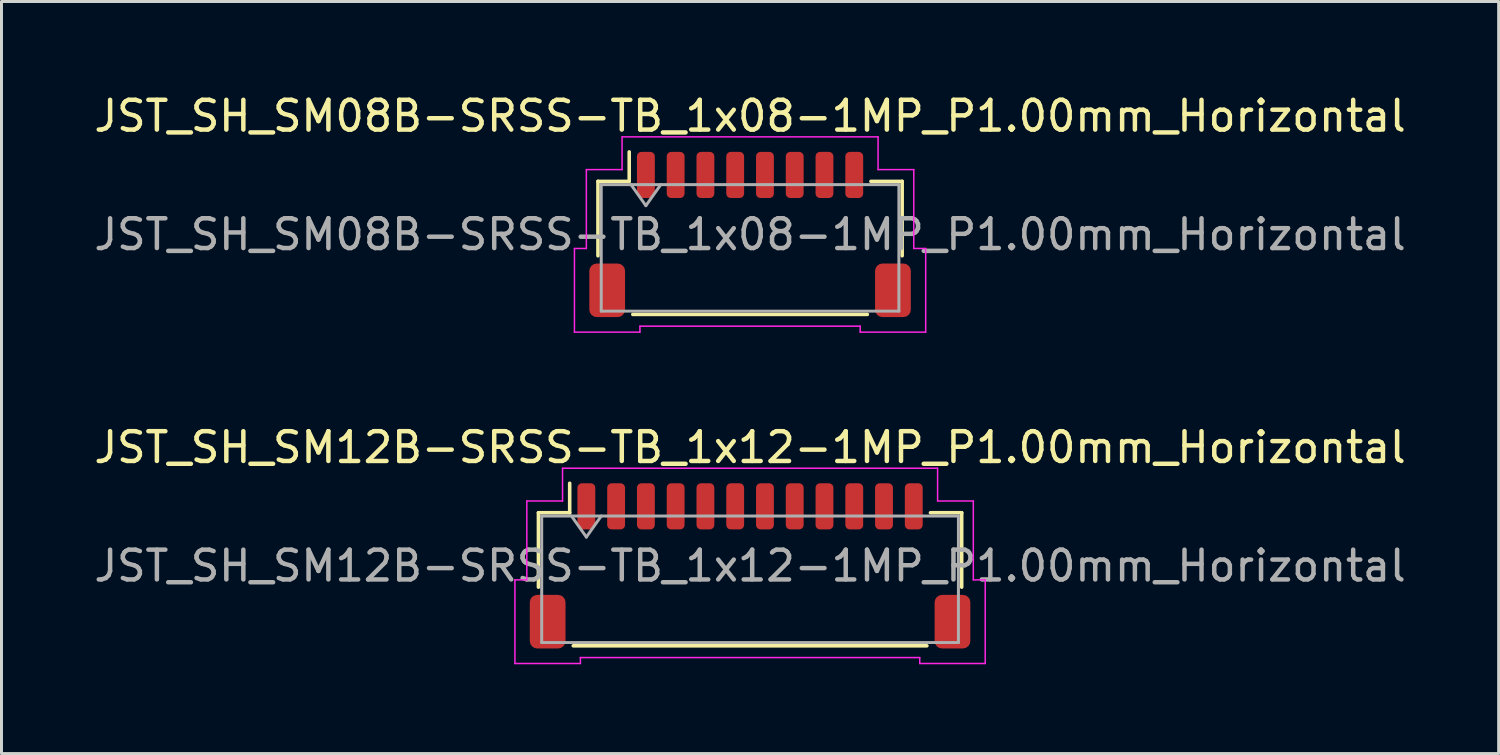
<source format=kicad_pcb>
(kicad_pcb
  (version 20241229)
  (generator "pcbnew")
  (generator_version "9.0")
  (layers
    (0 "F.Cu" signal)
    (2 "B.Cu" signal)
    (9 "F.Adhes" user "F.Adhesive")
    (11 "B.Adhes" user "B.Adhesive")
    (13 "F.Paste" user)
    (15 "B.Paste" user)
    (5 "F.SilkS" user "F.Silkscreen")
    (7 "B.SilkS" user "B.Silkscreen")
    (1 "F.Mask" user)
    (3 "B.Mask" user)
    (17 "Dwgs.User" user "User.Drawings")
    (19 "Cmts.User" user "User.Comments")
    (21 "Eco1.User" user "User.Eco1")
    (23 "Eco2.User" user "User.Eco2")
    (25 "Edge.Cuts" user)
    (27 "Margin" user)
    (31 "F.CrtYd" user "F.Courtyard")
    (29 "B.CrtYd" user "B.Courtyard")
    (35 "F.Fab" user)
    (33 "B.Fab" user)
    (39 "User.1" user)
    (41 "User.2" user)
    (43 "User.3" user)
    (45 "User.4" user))
  (footprint "JST_SH_SM08B-SRSS-TB_1x08-1MP_P1.00mm_Horizontal"
    (layer "F.Cu")
    (at 22.149 4.828)
    (property "Reference" "JST_SH_SM08B-SRSS-TB_1x08-1MP_P1.00mm_Horizontal" (at 0 -3.98 0) (layer "F.SilkS") (effects (font (size 1 1) (thickness 0.15))))
    (attr smd)
    (fp_line (start -5.11 -1.785) (end -4.06 -1.785) (stroke (width 0.12) (type solid)) (layer "F.SilkS"))
    (fp_line (start -5.11 0.715) (end -5.11 -1.785) (stroke (width 0.12) (type solid)) (layer "F.SilkS"))
    (fp_line (start -4.06 -1.785) (end -4.06 -2.775) (stroke (width 0.12) (type solid)) (layer "F.SilkS"))
    (fp_line (start -3.94 2.685) (end 3.94 2.685) (stroke (width 0.12) (type solid)) (layer "F.SilkS"))
    (fp_line (start 5.11 -1.785) (end 4.06 -1.785) (stroke (width 0.12) (type solid)) (layer "F.SilkS"))
    (fp_line (start 5.11 0.715) (end 5.11 -1.785) (stroke (width 0.12) (type solid)) (layer "F.SilkS"))
    (fp_line (start -5.9 0.47) (end -5.5 0.47) (stroke (width 0.05) (type solid)) (layer "F.CrtYd"))
    (fp_line (start -5.9 3.28) (end -5.9 0.47) (stroke (width 0.05) (type solid)) (layer "F.CrtYd"))
    (fp_line (start -5.5 -2.18) (end -4.3 -2.18) (stroke (width 0.05) (type solid)) (layer "F.CrtYd"))
    (fp_line (start -5.5 0.47) (end -5.5 -2.18) (stroke (width 0.05) (type solid)) (layer "F.CrtYd"))
    (fp_line (start -4.3 -3.28) (end 4.3 -3.28) (stroke (width 0.05) (type solid)) (layer "F.CrtYd"))
    (fp_line (start -4.3 -2.18) (end -4.3 -3.28) (stroke (width 0.05) (type solid)) (layer "F.CrtYd"))
    (fp_line (start -3.7 3.08) (end -3.7 3.28) (stroke (width 0.05) (type solid)) (layer "F.CrtYd"))
    (fp_line (start -3.7 3.28) (end -5.9 3.28) (stroke (width 0.05) (type solid)) (layer "F.CrtYd"))
    (fp_line (start 3.7 3.08) (end -3.7 3.08) (stroke (width 0.05) (type solid)) (layer "F.CrtYd"))
    (fp_line (start 3.7 3.28) (end 3.7 3.08) (stroke (width 0.05) (type solid)) (layer "F.CrtYd"))
    (fp_line (start 4.3 -3.28) (end 4.3 -2.18) (stroke (width 0.05) (type solid)) (layer "F.CrtYd"))
    (fp_line (start 4.3 -2.18) (end 5.5 -2.18) (stroke (width 0.05) (type solid)) (layer "F.CrtYd"))
    (fp_line (start 5.5 -2.18) (end 5.5 0.47) (stroke (width 0.05) (type solid)) (layer "F.CrtYd"))
    (fp_line (start 5.5 0.47) (end 5.9 0.47) (stroke (width 0.05) (type solid)) (layer "F.CrtYd"))
    (fp_line (start 5.9 0.47) (end 5.9 3.28) (stroke (width 0.05) (type solid)) (layer "F.CrtYd"))
    (fp_line (start 5.9 3.28) (end 3.7 3.28) (stroke (width 0.05) (type solid)) (layer "F.CrtYd"))
    (fp_line (start -5 -1.675) (end -5 2.575) (stroke (width 0.1) (type solid)) (layer "F.Fab"))
    (fp_line (start -5 -1.675) (end 5 -1.675) (stroke (width 0.1) (type solid)) (layer "F.Fab"))
    (fp_line (start -5 2.575) (end 5 2.575) (stroke (width 0.1) (type solid)) (layer "F.Fab"))
    (fp_line (start -4 -1.675) (end -3.5 -0.968) (stroke (width 0.1) (type solid)) (layer "F.Fab"))
    (fp_line (start -3.5 -0.968) (end -3 -1.675) (stroke (width 0.1) (type solid)) (layer "F.Fab"))
    (fp_line (start 5 -1.675) (end 5 2.575) (stroke (width 0.1) (type solid)) (layer "F.Fab"))
    (fp_text user "${REFERENCE}" (at 0 0 0) (layer "F.Fab") (effects (font (size 1 1) (thickness 0.15))))
    (pad "1" smd roundrect (at -3.5 -2) (size 0.6 1.55) (layers "F.Cu" "F.Mask" "F.Paste") (roundrect_rratio 0.25))
    (pad "2" smd roundrect (at -2.5 -2) (size 0.6 1.55) (layers "F.Cu" "F.Mask" "F.Paste") (roundrect_rratio 0.25))
    (pad "3" smd roundrect (at -1.5 -2) (size 0.6 1.55) (layers "F.Cu" "F.Mask" "F.Paste") (roundrect_rratio 0.25))
    (pad "4" smd roundrect (at -0.5 -2) (size 0.6 1.55) (layers "F.Cu" "F.Mask" "F.Paste") (roundrect_rratio 0.25))
    (pad "5" smd roundrect (at 0.5 -2) (size 0.6 1.55) (layers "F.Cu" "F.Mask" "F.Paste") (roundrect_rratio 0.25))
    (pad "6" smd roundrect (at 1.5 -2) (size 0.6 1.55) (layers "F.Cu" "F.Mask" "F.Paste") (roundrect_rratio 0.25))
    (pad "7" smd roundrect (at 2.5 -2) (size 0.6 1.55) (layers "F.Cu" "F.Mask" "F.Paste") (roundrect_rratio 0.25))
    (pad "8" smd roundrect (at 3.5 -2) (size 0.6 1.55) (layers "F.Cu" "F.Mask" "F.Paste") (roundrect_rratio 0.25))
    (pad "MP" smd roundrect (at -4.8 1.875) (size 1.2 1.8) (layers "F.Cu" "F.Mask" "F.Paste") (roundrect_rratio 0.208))
    (pad "MP" smd roundrect (at 4.8 1.875) (size 1.2 1.8) (layers "F.Cu" "F.Mask" "F.Paste") (roundrect_rratio 0.208)))
  (footprint "JST_SH_SM12B-SRSS-TB_1x12-1MP_P1.00mm_Horizontal"
    (layer "F.Cu")
    (at 22.149 15.961)
    (property "Reference" "JST_SH_SM12B-SRSS-TB_1x12-1MP_P1.00mm_Horizontal" (at 0 -3.98 0) (layer "F.SilkS") (effects (font (size 1 1) (thickness 0.15))))
    (attr smd)
    (fp_line (start -7.11 -1.785) (end -6.06 -1.785) (stroke (width 0.12) (type solid)) (layer "F.SilkS"))
    (fp_line (start -7.11 0.715) (end -7.11 -1.785) (stroke (width 0.12) (type solid)) (layer "F.SilkS"))
    (fp_line (start -6.06 -1.785) (end -6.06 -2.775) (stroke (width 0.12) (type solid)) (layer "F.SilkS"))
    (fp_line (start -5.94 2.685) (end 5.94 2.685) (stroke (width 0.12) (type solid)) (layer "F.SilkS"))
    (fp_line (start 7.11 -1.785) (end 6.06 -1.785) (stroke (width 0.12) (type solid)) (layer "F.SilkS"))
    (fp_line (start 7.11 0.715) (end 7.11 -1.785) (stroke (width 0.12) (type solid)) (layer "F.SilkS"))
    (fp_line (start -7.9 0.47) (end -7.5 0.47) (stroke (width 0.05) (type solid)) (layer "F.CrtYd"))
    (fp_line (start -7.9 3.28) (end -7.9 0.47) (stroke (width 0.05) (type solid)) (layer "F.CrtYd"))
    (fp_line (start -7.5 -2.18) (end -6.3 -2.18) (stroke (width 0.05) (type solid)) (layer "F.CrtYd"))
    (fp_line (start -7.5 0.47) (end -7.5 -2.18) (stroke (width 0.05) (type solid)) (layer "F.CrtYd"))
    (fp_line (start -6.3 -3.28) (end 6.3 -3.28) (stroke (width 0.05) (type solid)) (layer "F.CrtYd"))
    (fp_line (start -6.3 -2.18) (end -6.3 -3.28) (stroke (width 0.05) (type solid)) (layer "F.CrtYd"))
    (fp_line (start -5.7 3.08) (end -5.7 3.28) (stroke (width 0.05) (type solid)) (layer "F.CrtYd"))
    (fp_line (start -5.7 3.28) (end -7.9 3.28) (stroke (width 0.05) (type solid)) (layer "F.CrtYd"))
    (fp_line (start 5.7 3.08) (end -5.7 3.08) (stroke (width 0.05) (type solid)) (layer "F.CrtYd"))
    (fp_line (start 5.7 3.28) (end 5.7 3.08) (stroke (width 0.05) (type solid)) (layer "F.CrtYd"))
    (fp_line (start 6.3 -3.28) (end 6.3 -2.18) (stroke (width 0.05) (type solid)) (layer "F.CrtYd"))
    (fp_line (start 6.3 -2.18) (end 7.5 -2.18) (stroke (width 0.05) (type solid)) (layer "F.CrtYd"))
    (fp_line (start 7.5 -2.18) (end 7.5 0.47) (stroke (width 0.05) (type solid)) (layer "F.CrtYd"))
    (fp_line (start 7.5 0.47) (end 7.9 0.47) (stroke (width 0.05) (type solid)) (layer "F.CrtYd"))
    (fp_line (start 7.9 0.47) (end 7.9 3.28) (stroke (width 0.05) (type solid)) (layer "F.CrtYd"))
    (fp_line (start 7.9 3.28) (end 5.7 3.28) (stroke (width 0.05) (type solid)) (layer "F.CrtYd"))
    (fp_line (start -7 -1.675) (end -7 2.575) (stroke (width 0.1) (type solid)) (layer "F.Fab"))
    (fp_line (start -7 -1.675) (end 7 -1.675) (stroke (width 0.1) (type solid)) (layer "F.Fab"))
    (fp_line (start -7 2.575) (end 7 2.575) (stroke (width 0.1) (type solid)) (layer "F.Fab"))
    (fp_line (start -6 -1.675) (end -5.5 -0.968) (stroke (width 0.1) (type solid)) (layer "F.Fab"))
    (fp_line (start -5.5 -0.968) (end -5 -1.675) (stroke (width 0.1) (type solid)) (layer "F.Fab"))
    (fp_line (start 7 -1.675) (end 7 2.575) (stroke (width 0.1) (type solid)) (layer "F.Fab"))
    (fp_text user "${REFERENCE}" (at 0 0 0) (layer "F.Fab") (effects (font (size 1 1) (thickness 0.15))))
    (pad "1" smd roundrect (at -5.5 -2) (size 0.6 1.55) (layers "F.Cu" "F.Mask" "F.Paste") (roundrect_rratio 0.25))
    (pad "2" smd roundrect (at -4.5 -2) (size 0.6 1.55) (layers "F.Cu" "F.Mask" "F.Paste") (roundrect_rratio 0.25))
    (pad "3" smd roundrect (at -3.5 -2) (size 0.6 1.55) (layers "F.Cu" "F.Mask" "F.Paste") (roundrect_rratio 0.25))
    (pad "4" smd roundrect (at -2.5 -2) (size 0.6 1.55) (layers "F.Cu" "F.Mask" "F.Paste") (roundrect_rratio 0.25))
    (pad "5" smd roundrect (at -1.5 -2) (size 0.6 1.55) (layers "F.Cu" "F.Mask" "F.Paste") (roundrect_rratio 0.25))
    (pad "6" smd roundrect (at -0.5 -2) (size 0.6 1.55) (layers "F.Cu" "F.Mask" "F.Paste") (roundrect_rratio 0.25))
    (pad "7" smd roundrect (at 0.5 -2) (size 0.6 1.55) (layers "F.Cu" "F.Mask" "F.Paste") (roundrect_rratio 0.25))
    (pad "8" smd roundrect (at 1.5 -2) (size 0.6 1.55) (layers "F.Cu" "F.Mask" "F.Paste") (roundrect_rratio 0.25))
    (pad "9" smd roundrect (at 2.5 -2) (size 0.6 1.55) (layers "F.Cu" "F.Mask" "F.Paste") (roundrect_rratio 0.25))
    (pad "10" smd roundrect (at 3.5 -2) (size 0.6 1.55) (layers "F.Cu" "F.Mask" "F.Paste") (roundrect_rratio 0.25))
    (pad "11" smd roundrect (at 4.5 -2) (size 0.6 1.55) (layers "F.Cu" "F.Mask" "F.Paste") (roundrect_rratio 0.25))
    (pad "12" smd roundrect (at 5.5 -2) (size 0.6 1.55) (layers "F.Cu" "F.Mask" "F.Paste") (roundrect_rratio 0.25))
    (pad "MP" smd roundrect (at -6.8 1.875) (size 1.2 1.8) (layers "F.Cu" "F.Mask" "F.Paste") (roundrect_rratio 0.208))
    (pad "MP" smd roundrect (at 6.8 1.875) (size 1.2 1.8) (layers "F.Cu" "F.Mask" "F.Paste") (roundrect_rratio 0.208)))
  (gr_rect
    (start -3 -3)
    (end 47.298 22.267)
    (stroke (width 0.1) (type default))
    (fill no)
    (layer "Edge.Cuts")))
</source>
